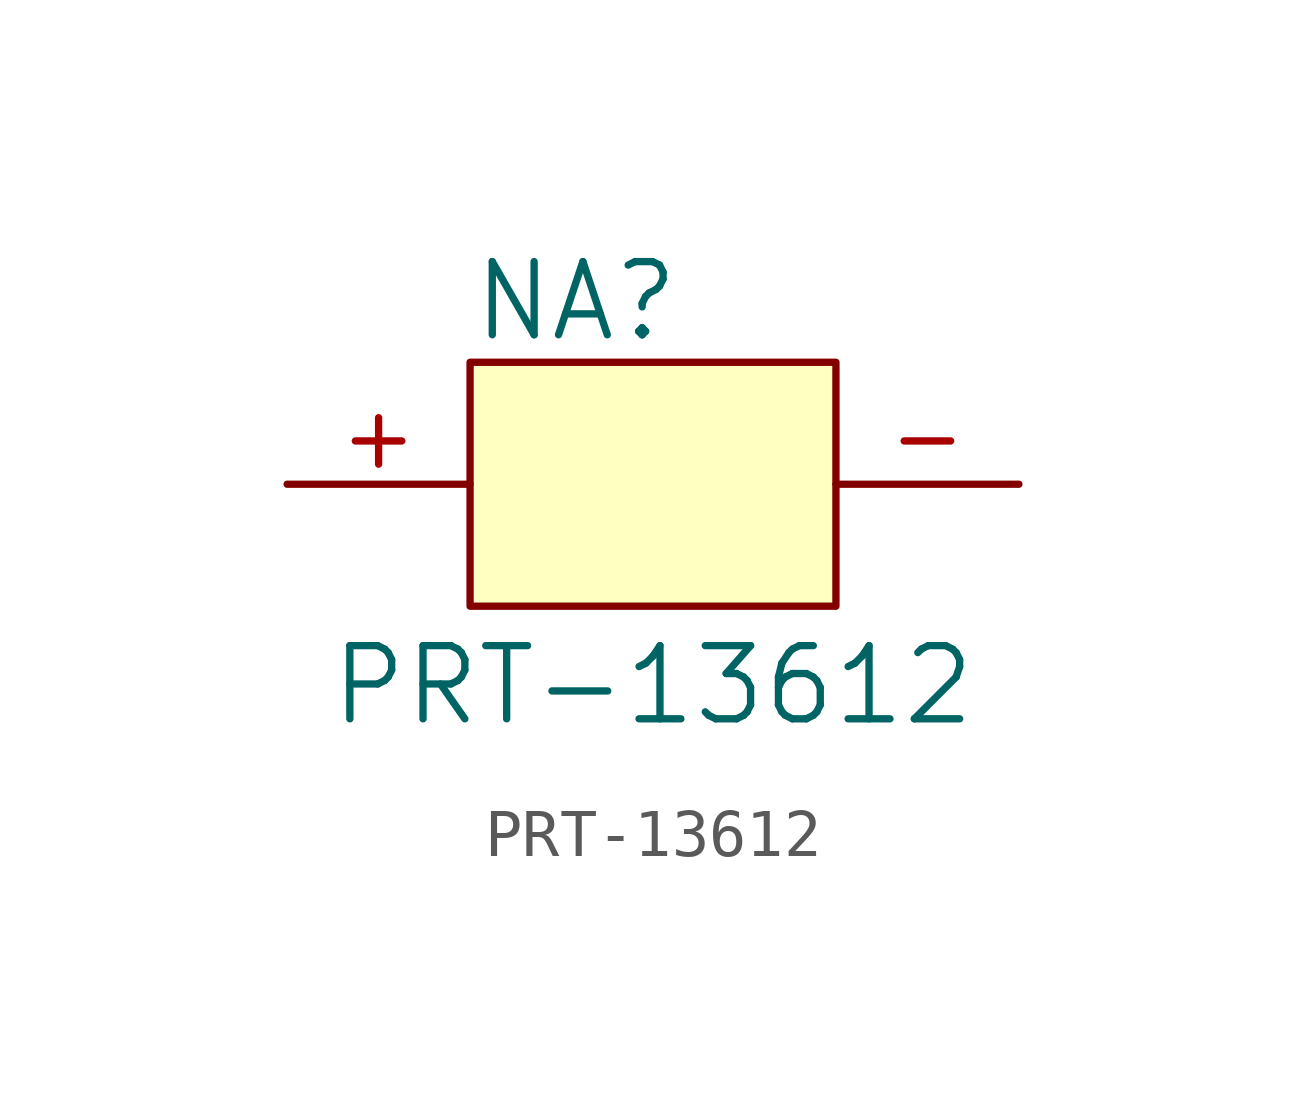
<source format=kicad_sym>
(kicad_symbol_lib
  (version 20201005)
  (generator kicad_symbol_editor)
  (symbol "PRT-13612"
    (pin_names
      (offset 1.016))
    (property "Reference" "NA"
      (at -3.81 3.81 0)
      (effects (font (size 1.524 1.524)) (justify left)))
    (property "Value" "PRT-13612"
      (at 0 -5.08 0)
      (effects (font (size 1.524 1.524)) (justify bottom)))
    (symbol "PRT-13612_0_1"
      (rectangle (start -3.81 2.54) (end 3.81 -2.54) (stroke (width 0)) (fill (type background))))
    (symbol "PRT-13612_1_1"
      (pin input line (at -7.62 0 0) (length 3.81) (name "~" (effects (font (size 1.27 1.27)))) (number "+" (effects (font (size 1.27 1.27)))))
      (pin input line (at 7.62 0 180) (length 3.81) (name "~" (effects (font (size 1.27 1.27)))) (number "-" (effects (font (size 1.27 1.27))))))))
</source>
